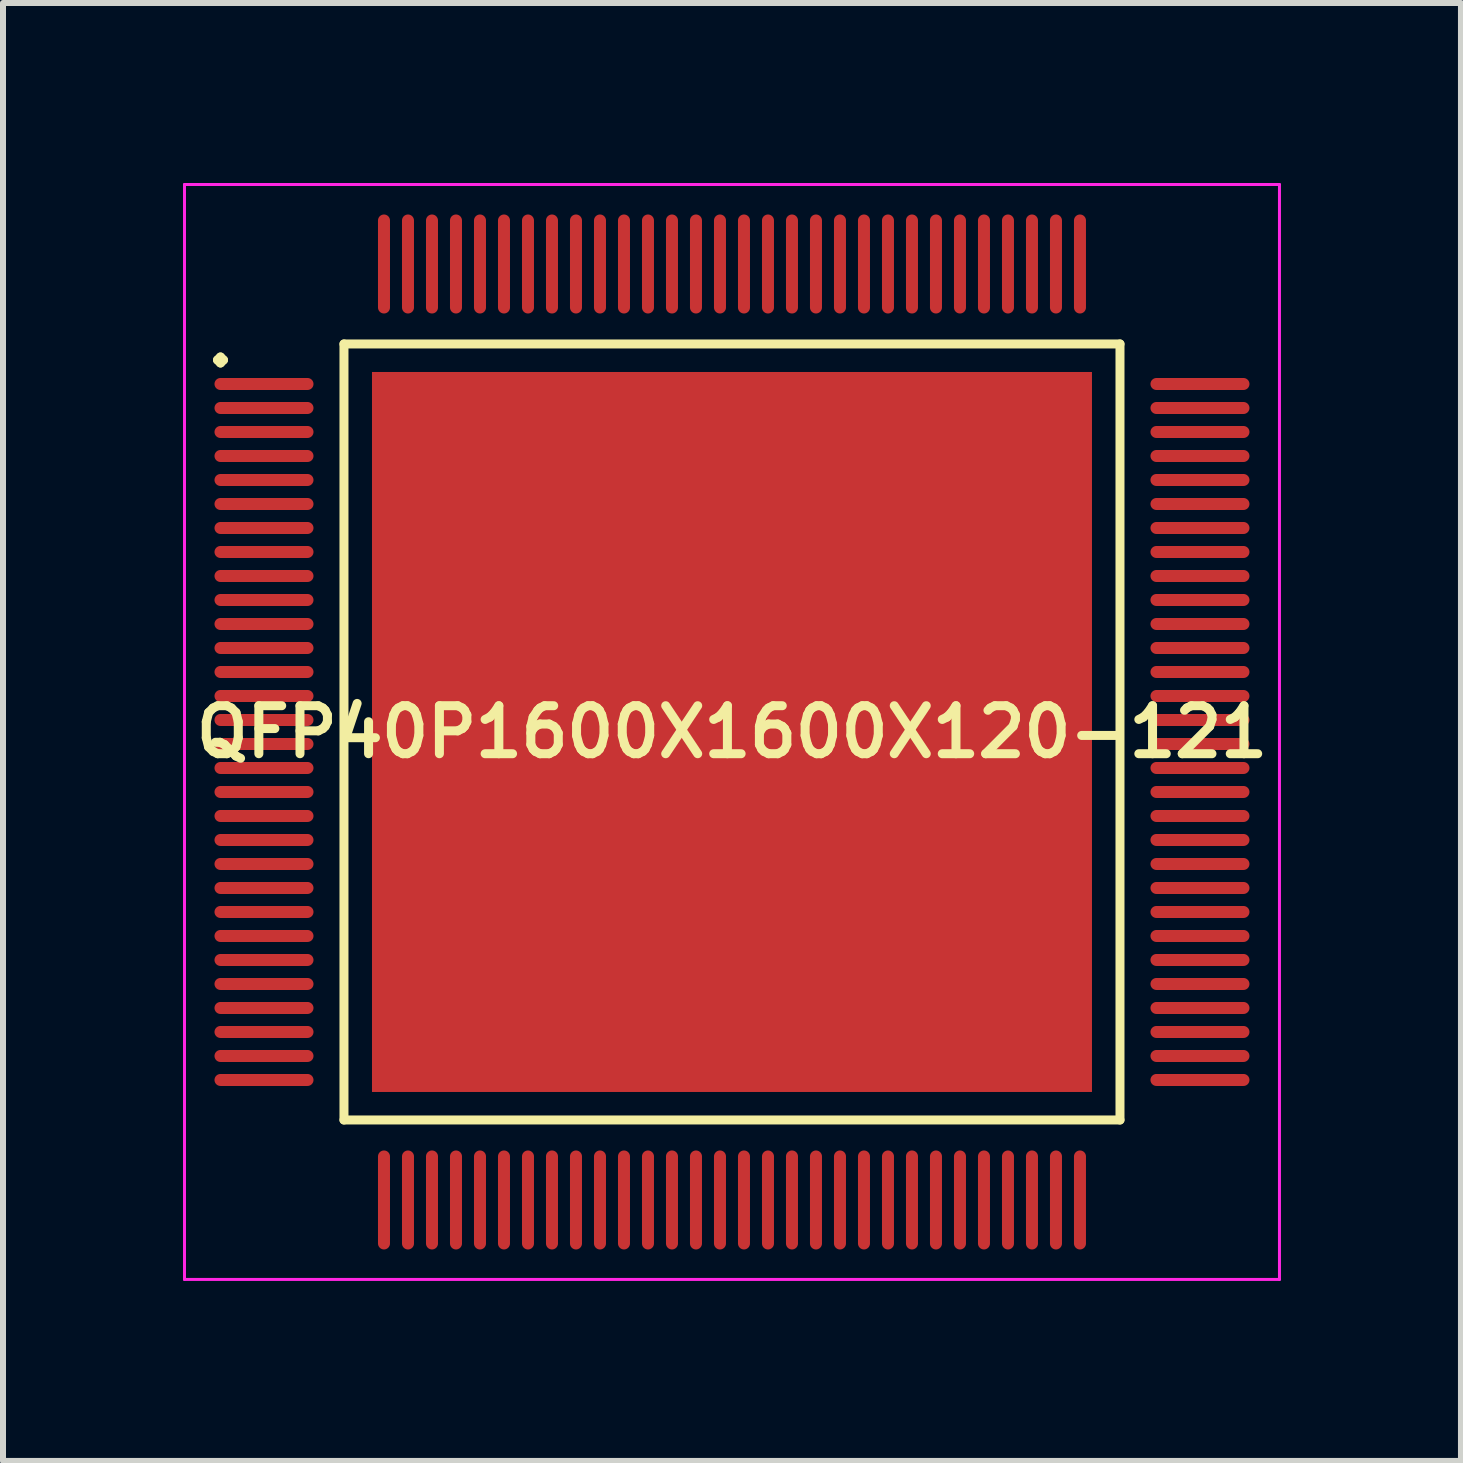
<source format=kicad_pcb>
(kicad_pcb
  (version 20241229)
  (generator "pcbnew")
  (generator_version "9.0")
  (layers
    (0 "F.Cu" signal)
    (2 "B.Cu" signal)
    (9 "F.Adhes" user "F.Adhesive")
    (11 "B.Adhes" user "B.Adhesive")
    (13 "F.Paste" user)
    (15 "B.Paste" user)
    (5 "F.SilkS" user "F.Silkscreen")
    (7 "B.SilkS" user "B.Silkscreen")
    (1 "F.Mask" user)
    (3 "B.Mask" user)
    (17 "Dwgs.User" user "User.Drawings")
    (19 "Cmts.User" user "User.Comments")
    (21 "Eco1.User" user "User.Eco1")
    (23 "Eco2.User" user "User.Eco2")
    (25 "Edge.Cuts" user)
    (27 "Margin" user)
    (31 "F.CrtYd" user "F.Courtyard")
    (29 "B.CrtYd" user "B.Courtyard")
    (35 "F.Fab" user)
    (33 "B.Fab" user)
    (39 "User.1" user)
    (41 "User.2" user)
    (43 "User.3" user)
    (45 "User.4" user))
  (footprint "QFP40P1600X1600X120-121"
    (layer "F.Cu")
    (at 9.15 9.15)
    (property "Reference" "QFP40P1600X1600X120-121" (at 0 0 0) (layer "F.SilkS") (effects (font (size 0.8 0.8) (thickness 0.15))))
    (attr smd)
    (fp_line (start -8.575 -6.2) (end -8.525 -6.25) (stroke (width 0.15) (type solid)) (layer "F.SilkS"))
    (fp_line (start -8.525 -6.25) (end -8.475 -6.2) (stroke (width 0.15) (type solid)) (layer "F.SilkS"))
    (fp_line (start -8.525 -6.15) (end -8.575 -6.2) (stroke (width 0.15) (type solid)) (layer "F.SilkS"))
    (fp_line (start -8.475 -6.2) (end -8.525 -6.15) (stroke (width 0.15) (type solid)) (layer "F.SilkS"))
    (fp_line (start -6.467 -6.467) (end -6.467 6.467) (stroke (width 0.15) (type solid)) (layer "F.SilkS"))
    (fp_line (start -6.467 6.467) (end 6.467 6.467) (stroke (width 0.15) (type solid)) (layer "F.SilkS"))
    (fp_line (start 6.467 -6.467) (end -6.467 -6.467) (stroke (width 0.15) (type solid)) (layer "F.SilkS"))
    (fp_line (start 6.467 6.467) (end 6.467 -6.467) (stroke (width 0.15) (type solid)) (layer "F.SilkS"))
    (fp_line (start -9.125 -9.125) (end 9.125 -9.125) (stroke (width 0.05) (type solid)) (layer "F.CrtYd"))
    (fp_line (start -9.125 9.125) (end -9.125 -9.125) (stroke (width 0.05) (type solid)) (layer "F.CrtYd"))
    (fp_line (start 9.125 -9.125) (end 9.125 9.125) (stroke (width 0.05) (type solid)) (layer "F.CrtYd"))
    (fp_line (start 9.125 9.125) (end -9.125 9.125) (stroke (width 0.05) (type solid)) (layer "F.CrtYd"))
    (pad "1" smd oval (at -7.8 -5.8) (size 1.65 0.2) (layers "F.Cu" "F.Mask" "F.Paste"))
    (pad "2" smd oval (at -7.8 -5.4) (size 1.65 0.2) (layers "F.Cu" "F.Mask" "F.Paste"))
    (pad "3" smd oval (at -7.8 -5) (size 1.65 0.2) (layers "F.Cu" "F.Mask" "F.Paste"))
    (pad "4" smd oval (at -7.8 -4.6) (size 1.65 0.2) (layers "F.Cu" "F.Mask" "F.Paste"))
    (pad "5" smd oval (at -7.8 -4.2) (size 1.65 0.2) (layers "F.Cu" "F.Mask" "F.Paste"))
    (pad "6" smd oval (at -7.8 -3.8) (size 1.65 0.2) (layers "F.Cu" "F.Mask" "F.Paste"))
    (pad "7" smd oval (at -7.8 -3.4) (size 1.65 0.2) (layers "F.Cu" "F.Mask" "F.Paste"))
    (pad "8" smd oval (at -7.8 -3) (size 1.65 0.2) (layers "F.Cu" "F.Mask" "F.Paste"))
    (pad "9" smd oval (at -7.8 -2.6) (size 1.65 0.2) (layers "F.Cu" "F.Mask" "F.Paste"))
    (pad "10" smd oval (at -7.8 -2.2) (size 1.65 0.2) (layers "F.Cu" "F.Mask" "F.Paste"))
    (pad "11" smd oval (at -7.8 -1.8) (size 1.65 0.2) (layers "F.Cu" "F.Mask" "F.Paste"))
    (pad "12" smd oval (at -7.8 -1.4) (size 1.65 0.2) (layers "F.Cu" "F.Mask" "F.Paste"))
    (pad "13" smd oval (at -7.8 -1) (size 1.65 0.2) (layers "F.Cu" "F.Mask" "F.Paste"))
    (pad "14" smd oval (at -7.8 -0.6) (size 1.65 0.2) (layers "F.Cu" "F.Mask" "F.Paste"))
    (pad "15" smd oval (at -7.8 -0.2) (size 1.65 0.2) (layers "F.Cu" "F.Mask" "F.Paste"))
    (pad "16" smd oval (at -7.8 0.2) (size 1.65 0.2) (layers "F.Cu" "F.Mask" "F.Paste"))
    (pad "17" smd oval (at -7.8 0.6) (size 1.65 0.2) (layers "F.Cu" "F.Mask" "F.Paste"))
    (pad "18" smd oval (at -7.8 1) (size 1.65 0.2) (layers "F.Cu" "F.Mask" "F.Paste"))
    (pad "19" smd oval (at -7.8 1.4) (size 1.65 0.2) (layers "F.Cu" "F.Mask" "F.Paste"))
    (pad "20" smd oval (at -7.8 1.8) (size 1.65 0.2) (layers "F.Cu" "F.Mask" "F.Paste"))
    (pad "21" smd oval (at -7.8 2.2) (size 1.65 0.2) (layers "F.Cu" "F.Mask" "F.Paste"))
    (pad "22" smd oval (at -7.8 2.6) (size 1.65 0.2) (layers "F.Cu" "F.Mask" "F.Paste"))
    (pad "23" smd oval (at -7.8 3) (size 1.65 0.2) (layers "F.Cu" "F.Mask" "F.Paste"))
    (pad "24" smd oval (at -7.8 3.4) (size 1.65 0.2) (layers "F.Cu" "F.Mask" "F.Paste"))
    (pad "25" smd oval (at -7.8 3.8) (size 1.65 0.2) (layers "F.Cu" "F.Mask" "F.Paste"))
    (pad "26" smd oval (at -7.8 4.2) (size 1.65 0.2) (layers "F.Cu" "F.Mask" "F.Paste"))
    (pad "27" smd oval (at -7.8 4.6) (size 1.65 0.2) (layers "F.Cu" "F.Mask" "F.Paste"))
    (pad "28" smd oval (at -7.8 5) (size 1.65 0.2) (layers "F.Cu" "F.Mask" "F.Paste"))
    (pad "29" smd oval (at -7.8 5.4) (size 1.65 0.2) (layers "F.Cu" "F.Mask" "F.Paste"))
    (pad "30" smd oval (at -7.8 5.8) (size 1.65 0.2) (layers "F.Cu" "F.Mask" "F.Paste"))
    (pad "31" smd oval (at -5.8 7.8) (size 0.2 1.65) (layers "F.Cu" "F.Mask" "F.Paste"))
    (pad "32" smd oval (at -5.4 7.8) (size 0.2 1.65) (layers "F.Cu" "F.Mask" "F.Paste"))
    (pad "33" smd oval (at -5 7.8) (size 0.2 1.65) (layers "F.Cu" "F.Mask" "F.Paste"))
    (pad "34" smd oval (at -4.6 7.8) (size 0.2 1.65) (layers "F.Cu" "F.Mask" "F.Paste"))
    (pad "35" smd oval (at -4.2 7.8) (size 0.2 1.65) (layers "F.Cu" "F.Mask" "F.Paste"))
    (pad "36" smd oval (at -3.8 7.8) (size 0.2 1.65) (layers "F.Cu" "F.Mask" "F.Paste"))
    (pad "37" smd oval (at -3.4 7.8) (size 0.2 1.65) (layers "F.Cu" "F.Mask" "F.Paste"))
    (pad "38" smd oval (at -3 7.8) (size 0.2 1.65) (layers "F.Cu" "F.Mask" "F.Paste"))
    (pad "39" smd oval (at -2.6 7.8) (size 0.2 1.65) (layers "F.Cu" "F.Mask" "F.Paste"))
    (pad "40" smd oval (at -2.2 7.8) (size 0.2 1.65) (layers "F.Cu" "F.Mask" "F.Paste"))
    (pad "41" smd oval (at -1.8 7.8) (size 0.2 1.65) (layers "F.Cu" "F.Mask" "F.Paste"))
    (pad "42" smd oval (at -1.4 7.8) (size 0.2 1.65) (layers "F.Cu" "F.Mask" "F.Paste"))
    (pad "43" smd oval (at -1 7.8) (size 0.2 1.65) (layers "F.Cu" "F.Mask" "F.Paste"))
    (pad "44" smd oval (at -0.6 7.8) (size 0.2 1.65) (layers "F.Cu" "F.Mask" "F.Paste"))
    (pad "45" smd oval (at -0.2 7.8) (size 0.2 1.65) (layers "F.Cu" "F.Mask" "F.Paste"))
    (pad "46" smd oval (at 0.2 7.8) (size 0.2 1.65) (layers "F.Cu" "F.Mask" "F.Paste"))
    (pad "47" smd oval (at 0.6 7.8) (size 0.2 1.65) (layers "F.Cu" "F.Mask" "F.Paste"))
    (pad "48" smd oval (at 1 7.8) (size 0.2 1.65) (layers "F.Cu" "F.Mask" "F.Paste"))
    (pad "49" smd oval (at 1.4 7.8) (size 0.2 1.65) (layers "F.Cu" "F.Mask" "F.Paste"))
    (pad "50" smd oval (at 1.8 7.8) (size 0.2 1.65) (layers "F.Cu" "F.Mask" "F.Paste"))
    (pad "51" smd oval (at 2.2 7.8) (size 0.2 1.65) (layers "F.Cu" "F.Mask" "F.Paste"))
    (pad "52" smd oval (at 2.6 7.8) (size 0.2 1.65) (layers "F.Cu" "F.Mask" "F.Paste"))
    (pad "53" smd oval (at 3 7.8) (size 0.2 1.65) (layers "F.Cu" "F.Mask" "F.Paste"))
    (pad "54" smd oval (at 3.4 7.8) (size 0.2 1.65) (layers "F.Cu" "F.Mask" "F.Paste"))
    (pad "55" smd oval (at 3.8 7.8) (size 0.2 1.65) (layers "F.Cu" "F.Mask" "F.Paste"))
    (pad "56" smd oval (at 4.2 7.8) (size 0.2 1.65) (layers "F.Cu" "F.Mask" "F.Paste"))
    (pad "57" smd oval (at 4.6 7.8) (size 0.2 1.65) (layers "F.Cu" "F.Mask" "F.Paste"))
    (pad "58" smd oval (at 5 7.8) (size 0.2 1.65) (layers "F.Cu" "F.Mask" "F.Paste"))
    (pad "59" smd oval (at 5.4 7.8) (size 0.2 1.65) (layers "F.Cu" "F.Mask" "F.Paste"))
    (pad "60" smd oval (at 5.8 7.8) (size 0.2 1.65) (layers "F.Cu" "F.Mask" "F.Paste"))
    (pad "61" smd oval (at 7.8 5.8) (size 1.65 0.2) (layers "F.Cu" "F.Mask" "F.Paste"))
    (pad "62" smd oval (at 7.8 5.4) (size 1.65 0.2) (layers "F.Cu" "F.Mask" "F.Paste"))
    (pad "63" smd oval (at 7.8 5) (size 1.65 0.2) (layers "F.Cu" "F.Mask" "F.Paste"))
    (pad "64" smd oval (at 7.8 4.6) (size 1.65 0.2) (layers "F.Cu" "F.Mask" "F.Paste"))
    (pad "65" smd oval (at 7.8 4.2) (size 1.65 0.2) (layers "F.Cu" "F.Mask" "F.Paste"))
    (pad "66" smd oval (at 7.8 3.8) (size 1.65 0.2) (layers "F.Cu" "F.Mask" "F.Paste"))
    (pad "67" smd oval (at 7.8 3.4) (size 1.65 0.2) (layers "F.Cu" "F.Mask" "F.Paste"))
    (pad "68" smd oval (at 7.8 3) (size 1.65 0.2) (layers "F.Cu" "F.Mask" "F.Paste"))
    (pad "69" smd oval (at 7.8 2.6) (size 1.65 0.2) (layers "F.Cu" "F.Mask" "F.Paste"))
    (pad "70" smd oval (at 7.8 2.2) (size 1.65 0.2) (layers "F.Cu" "F.Mask" "F.Paste"))
    (pad "71" smd oval (at 7.8 1.8) (size 1.65 0.2) (layers "F.Cu" "F.Mask" "F.Paste"))
    (pad "72" smd oval (at 7.8 1.4) (size 1.65 0.2) (layers "F.Cu" "F.Mask" "F.Paste"))
    (pad "73" smd oval (at 7.8 1) (size 1.65 0.2) (layers "F.Cu" "F.Mask" "F.Paste"))
    (pad "74" smd oval (at 7.8 0.6) (size 1.65 0.2) (layers "F.Cu" "F.Mask" "F.Paste"))
    (pad "75" smd oval (at 7.8 0.2) (size 1.65 0.2) (layers "F.Cu" "F.Mask" "F.Paste"))
    (pad "76" smd oval (at 7.8 -0.2) (size 1.65 0.2) (layers "F.Cu" "F.Mask" "F.Paste"))
    (pad "77" smd oval (at 7.8 -0.6) (size 1.65 0.2) (layers "F.Cu" "F.Mask" "F.Paste"))
    (pad "78" smd oval (at 7.8 -1) (size 1.65 0.2) (layers "F.Cu" "F.Mask" "F.Paste"))
    (pad "79" smd oval (at 7.8 -1.4) (size 1.65 0.2) (layers "F.Cu" "F.Mask" "F.Paste"))
    (pad "80" smd oval (at 7.8 -1.8) (size 1.65 0.2) (layers "F.Cu" "F.Mask" "F.Paste"))
    (pad "81" smd oval (at 7.8 -2.2) (size 1.65 0.2) (layers "F.Cu" "F.Mask" "F.Paste"))
    (pad "82" smd oval (at 7.8 -2.6) (size 1.65 0.2) (layers "F.Cu" "F.Mask" "F.Paste"))
    (pad "83" smd oval (at 7.8 -3) (size 1.65 0.2) (layers "F.Cu" "F.Mask" "F.Paste"))
    (pad "84" smd oval (at 7.8 -3.4) (size 1.65 0.2) (layers "F.Cu" "F.Mask" "F.Paste"))
    (pad "85" smd oval (at 7.8 -3.8) (size 1.65 0.2) (layers "F.Cu" "F.Mask" "F.Paste"))
    (pad "86" smd oval (at 7.8 -4.2) (size 1.65 0.2) (layers "F.Cu" "F.Mask" "F.Paste"))
    (pad "87" smd oval (at 7.8 -4.6) (size 1.65 0.2) (layers "F.Cu" "F.Mask" "F.Paste"))
    (pad "88" smd oval (at 7.8 -5) (size 1.65 0.2) (layers "F.Cu" "F.Mask" "F.Paste"))
    (pad "89" smd oval (at 7.8 -5.4) (size 1.65 0.2) (layers "F.Cu" "F.Mask" "F.Paste"))
    (pad "90" smd oval (at 7.8 -5.8) (size 1.65 0.2) (layers "F.Cu" "F.Mask" "F.Paste"))
    (pad "91" smd oval (at 5.8 -7.8) (size 0.2 1.65) (layers "F.Cu" "F.Mask" "F.Paste"))
    (pad "92" smd oval (at 5.4 -7.8) (size 0.2 1.65) (layers "F.Cu" "F.Mask" "F.Paste"))
    (pad "93" smd oval (at 5 -7.8) (size 0.2 1.65) (layers "F.Cu" "F.Mask" "F.Paste"))
    (pad "94" smd oval (at 4.6 -7.8) (size 0.2 1.65) (layers "F.Cu" "F.Mask" "F.Paste"))
    (pad "95" smd oval (at 4.2 -7.8) (size 0.2 1.65) (layers "F.Cu" "F.Mask" "F.Paste"))
    (pad "96" smd oval (at 3.8 -7.8) (size 0.2 1.65) (layers "F.Cu" "F.Mask" "F.Paste"))
    (pad "97" smd oval (at 3.4 -7.8) (size 0.2 1.65) (layers "F.Cu" "F.Mask" "F.Paste"))
    (pad "98" smd oval (at 3 -7.8) (size 0.2 1.65) (layers "F.Cu" "F.Mask" "F.Paste"))
    (pad "99" smd oval (at 2.6 -7.8) (size 0.2 1.65) (layers "F.Cu" "F.Mask" "F.Paste"))
    (pad "100" smd oval (at 2.2 -7.8) (size 0.2 1.65) (layers "F.Cu" "F.Mask" "F.Paste"))
    (pad "101" smd oval (at 1.8 -7.8) (size 0.2 1.65) (layers "F.Cu" "F.Mask" "F.Paste"))
    (pad "102" smd oval (at 1.4 -7.8) (size 0.2 1.65) (layers "F.Cu" "F.Mask" "F.Paste"))
    (pad "103" smd oval (at 1 -7.8) (size 0.2 1.65) (layers "F.Cu" "F.Mask" "F.Paste"))
    (pad "104" smd oval (at 0.6 -7.8) (size 0.2 1.65) (layers "F.Cu" "F.Mask" "F.Paste"))
    (pad "105" smd oval (at 0.2 -7.8) (size 0.2 1.65) (layers "F.Cu" "F.Mask" "F.Paste"))
    (pad "106" smd oval (at -0.2 -7.8) (size 0.2 1.65) (layers "F.Cu" "F.Mask" "F.Paste"))
    (pad "107" smd oval (at -0.6 -7.8) (size 0.2 1.65) (layers "F.Cu" "F.Mask" "F.Paste"))
    (pad "108" smd oval (at -1 -7.8) (size 0.2 1.65) (layers "F.Cu" "F.Mask" "F.Paste"))
    (pad "109" smd oval (at -1.4 -7.8) (size 0.2 1.65) (layers "F.Cu" "F.Mask" "F.Paste"))
    (pad "110" smd oval (at -1.8 -7.8) (size 0.2 1.65) (layers "F.Cu" "F.Mask" "F.Paste"))
    (pad "111" smd oval (at -2.2 -7.8) (size 0.2 1.65) (layers "F.Cu" "F.Mask" "F.Paste"))
    (pad "112" smd oval (at -2.6 -7.8) (size 0.2 1.65) (layers "F.Cu" "F.Mask" "F.Paste"))
    (pad "113" smd oval (at -3 -7.8) (size 0.2 1.65) (layers "F.Cu" "F.Mask" "F.Paste"))
    (pad "114" smd oval (at -3.4 -7.8) (size 0.2 1.65) (layers "F.Cu" "F.Mask" "F.Paste"))
    (pad "115" smd oval (at -3.8 -7.8) (size 0.2 1.65) (layers "F.Cu" "F.Mask" "F.Paste"))
    (pad "116" smd oval (at -4.2 -7.8) (size 0.2 1.65) (layers "F.Cu" "F.Mask" "F.Paste"))
    (pad "117" smd oval (at -4.6 -7.8) (size 0.2 1.65) (layers "F.Cu" "F.Mask" "F.Paste"))
    (pad "118" smd oval (at -5 -7.8) (size 0.2 1.65) (layers "F.Cu" "F.Mask" "F.Paste"))
    (pad "119" smd oval (at -5.4 -7.8) (size 0.2 1.65) (layers "F.Cu" "F.Mask" "F.Paste"))
    (pad "120" smd oval (at -5.8 -7.8) (size 0.2 1.65) (layers "F.Cu" "F.Mask" "F.Paste"))
    (pad "121" smd rect (at 0 0) (size 12 12) (layers "F.Cu" "F.Mask" "F.Paste")))
  (gr_rect
    (start -3 -3)
    (end 21.3 21.3)
    (stroke (width 0.1) (type default))
    (fill no)
    (layer "Edge.Cuts")))
</source>
